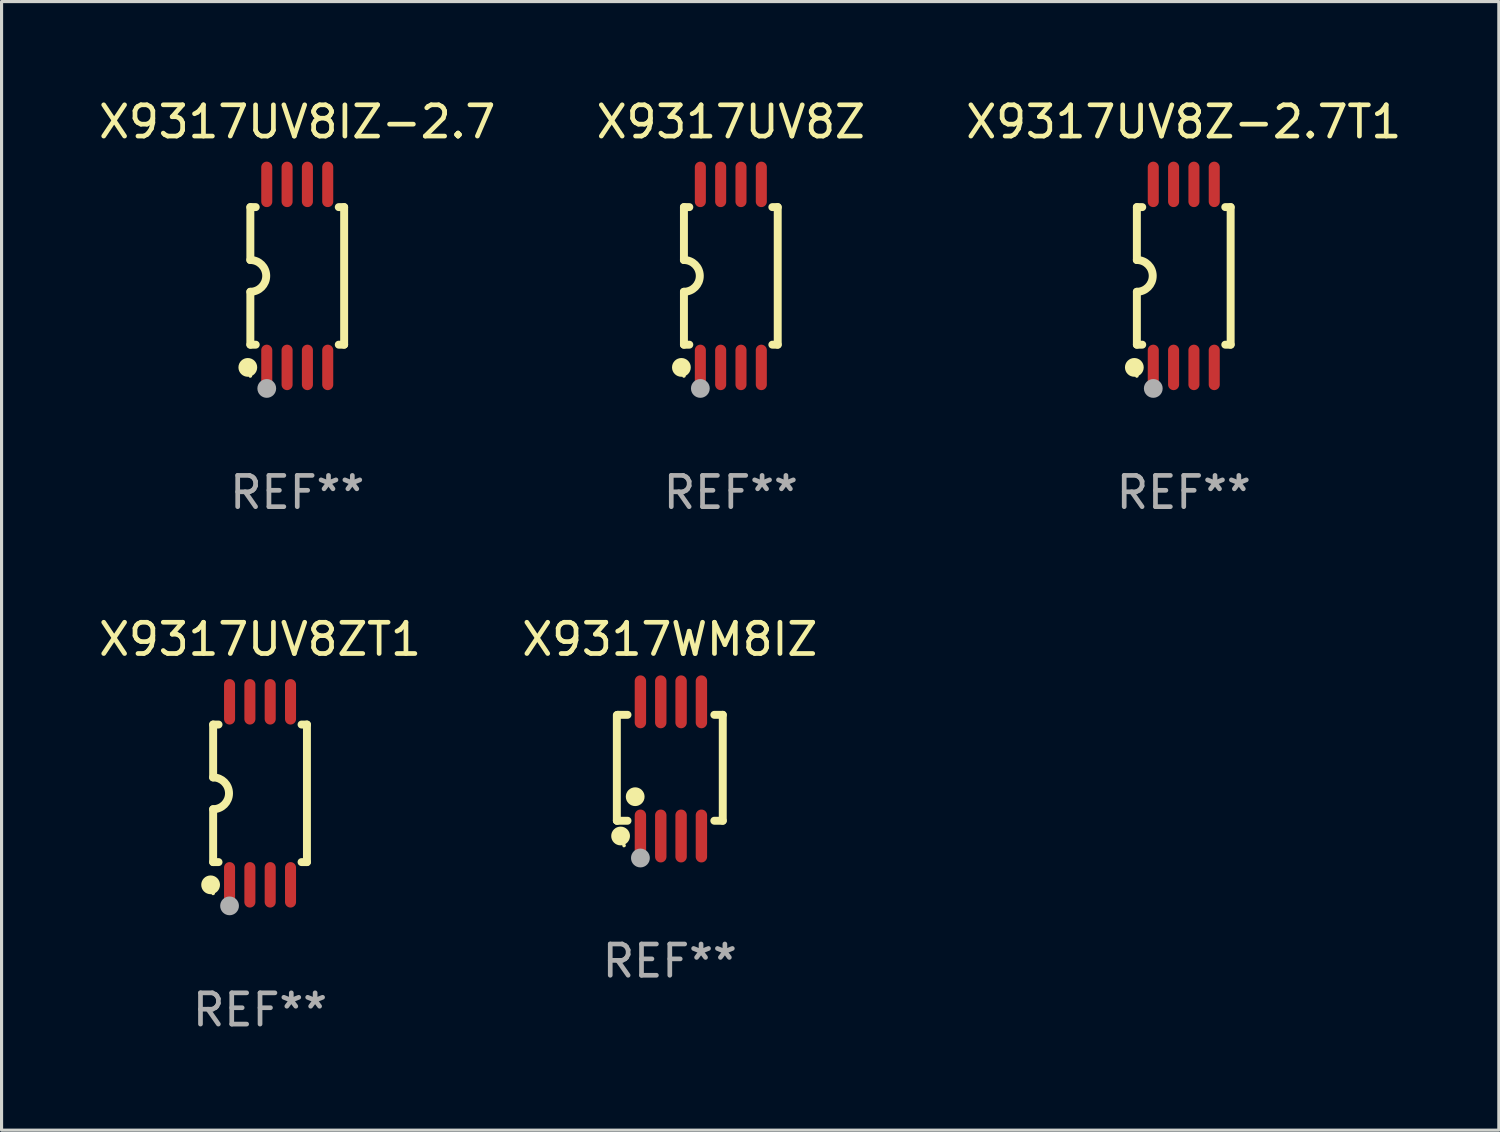
<source format=kicad_pcb>
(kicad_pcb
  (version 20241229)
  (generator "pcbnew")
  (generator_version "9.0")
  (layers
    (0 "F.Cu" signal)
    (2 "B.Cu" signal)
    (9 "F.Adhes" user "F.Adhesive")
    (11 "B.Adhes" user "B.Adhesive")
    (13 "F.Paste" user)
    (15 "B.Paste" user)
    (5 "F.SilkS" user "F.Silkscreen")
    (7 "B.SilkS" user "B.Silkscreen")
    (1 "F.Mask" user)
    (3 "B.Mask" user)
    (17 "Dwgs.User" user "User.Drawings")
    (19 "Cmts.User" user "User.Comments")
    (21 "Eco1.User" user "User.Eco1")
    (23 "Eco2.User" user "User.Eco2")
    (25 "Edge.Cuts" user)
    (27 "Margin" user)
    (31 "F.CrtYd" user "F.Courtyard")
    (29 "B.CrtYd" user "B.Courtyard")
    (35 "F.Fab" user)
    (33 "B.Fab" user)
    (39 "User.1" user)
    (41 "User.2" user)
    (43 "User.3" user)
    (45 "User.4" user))
  (footprint "X9317WM8IZ"
    (layer "F.Cu")
    (at 18.375 21.545)
    (property "Reference" "X9317WM8IZ" (at 0 -4.146 0) (layer "F.SilkS") (effects (font (size 1 1) (thickness 0.15))))
    (attr through_hole)
    (fp_line (start -1.694 -1.724) (end -1.694 1.652) (stroke (width 0.254) (type solid)) (layer "F.SilkS"))
    (fp_line (start -1.694 1.652) (end -1.688 1.658) (stroke (width 0.254) (type solid)) (layer "F.SilkS"))
    (fp_line (start -1.688 1.658) (end -1.353 1.658) (stroke (width 0.254) (type solid)) (layer "F.SilkS"))
    (fp_line (start -1.661 -1.73) (end -1.681 -1.71) (stroke (width 0.254) (type solid)) (layer "F.SilkS"))
    (fp_line (start -1.353 -1.73) (end -1.661 -1.73) (stroke (width 0.254) (type solid)) (layer "F.SilkS"))
    (fp_line (start 1.424 1.658) (end 1.694 1.658) (stroke (width 0.254) (type solid)) (layer "F.SilkS"))
    (fp_line (start 1.694 -1.73) (end 1.424 -1.73) (stroke (width 0.254) (type solid)) (layer "F.SilkS"))
    (fp_line (start 1.694 1.658) (end 1.694 -1.73) (stroke (width 0.254) (type solid)) (layer "F.SilkS"))
    (fp_circle (center -1.574 2.146) (end -1.424 2.146) (stroke (width 0.3) (type solid)) (fill no) (layer "F.SilkS"))
    (fp_circle (center -1.464 2.45) (end -1.434 2.45) (stroke (width 0.06) (type solid)) (fill no) (layer "F.SilkS"))
    (fp_circle (center -1.107 0.889) (end -0.957 0.889) (stroke (width 0.3) (type solid)) (fill no) (layer "F.SilkS"))
    (fp_circle (center -0.94 2.85) (end -0.789 2.85) (stroke (width 0.3) (type solid)) (fill no) (layer "F.Fab"))
    (fp_text user "REF**" (at 0 6.146 0) (layer "F.Fab") (effects (font (size 1 1) (thickness 0.15))))
    (pad "1" smd oval (at -0.94 2.146) (size 0.364 1.692) (layers "F.Cu" "F.Mask" "F.Paste"))
    (pad "2" smd oval (at -0.289 2.146) (size 0.364 1.692) (layers "F.Cu" "F.Mask" "F.Paste"))
    (pad "3" smd oval (at 0.361 2.146) (size 0.364 1.692) (layers "F.Cu" "F.Mask" "F.Paste"))
    (pad "4" smd oval (at 1.011 2.146) (size 0.364 1.692) (layers "F.Cu" "F.Mask" "F.Paste"))
    (pad "5" smd oval (at 1.011 -2.146) (size 0.364 1.692) (layers "F.Cu" "F.Mask" "F.Paste"))
    (pad "6" smd oval (at 0.361 -2.146) (size 0.364 1.692) (layers "F.Cu" "F.Mask" "F.Paste"))
    (pad "7" smd oval (at -0.289 -2.146) (size 0.364 1.692) (layers "F.Cu" "F.Mask" "F.Paste"))
    (pad "8" smd oval (at -0.94 -2.146) (size 0.364 1.692) (layers "F.Cu" "F.Mask" "F.Paste")))
  (footprint "X9317UV8Z"
    (layer "F.Cu")
    (at 20.327 5.775)
    (property "Reference" "X9317UV8Z" (at 0 -4.927 0) (layer "F.SilkS") (effects (font (size 1 1) (thickness 0.15))))
    (attr through_hole)
    (fp_line (start -1.5 -2.2) (end -1.5 -0.508) (stroke (width 0.254) (type solid)) (layer "F.SilkS"))
    (fp_line (start -1.5 -2.2) (end -1.328 -2.2) (stroke (width 0.254) (type solid)) (layer "F.SilkS"))
    (fp_line (start -1.5 2.2) (end -1.5 0.508) (stroke (width 0.254) (type solid)) (layer "F.SilkS"))
    (fp_line (start -1.5 2.2) (end -1.328 2.2) (stroke (width 0.254) (type solid)) (layer "F.SilkS"))
    (fp_line (start 1.328 -2.2) (end 1.5 -2.2) (stroke (width 0.254) (type solid)) (layer "F.SilkS"))
    (fp_line (start 1.328 2.2) (end 1.5 2.2) (stroke (width 0.254) (type solid)) (layer "F.SilkS"))
    (fp_line (start 1.5 -2.2) (end 1.5 2.2) (stroke (width 0.254) (type solid)) (layer "F.SilkS"))
    (fp_arc (start -1.501144 -0.508) (mid -0.993143 -0.000571) (end -1.5 0.508001) (stroke (width 0.254001) (type solid)) (layer "F.SilkS"))
    (fp_circle (center -1.581 2.927) (end -1.431 2.927) (stroke (width 0.3) (type solid)) (fill no) (layer "F.SilkS"))
    (fp_circle (center -1.5 3.2) (end -1.47 3.2) (stroke (width 0.06) (type solid)) (fill no) (layer "F.SilkS"))
    (fp_circle (center -0.975 3.6) (end -0.825 3.6) (stroke (width 0.3) (type solid)) (fill no) (layer "F.Fab"))
    (fp_text user "REF**" (at 0 6.927 0) (layer "F.Fab") (effects (font (size 1 1) (thickness 0.15))))
    (pad "1" smd oval (at -0.975 2.927) (size 0.353 1.454) (layers "F.Cu" "F.Mask" "F.Paste"))
    (pad "2" smd oval (at -0.325 2.927) (size 0.353 1.454) (layers "F.Cu" "F.Mask" "F.Paste"))
    (pad "3" smd oval (at 0.325 2.927) (size 0.353 1.454) (layers "F.Cu" "F.Mask" "F.Paste"))
    (pad "4" smd oval (at 0.975 2.927) (size 0.353 1.454) (layers "F.Cu" "F.Mask" "F.Paste"))
    (pad "5" smd oval (at 0.975 -2.927) (size 0.353 1.454) (layers "F.Cu" "F.Mask" "F.Paste"))
    (pad "6" smd oval (at 0.325 -2.927) (size 0.353 1.454) (layers "F.Cu" "F.Mask" "F.Paste"))
    (pad "7" smd oval (at -0.325 -2.927) (size 0.353 1.454) (layers "F.Cu" "F.Mask" "F.Paste"))
    (pad "8" smd oval (at -0.975 -2.927) (size 0.353 1.454) (layers "F.Cu" "F.Mask" "F.Paste")))
  (footprint "X9317UV8IZ-2.7"
    (layer "F.Cu")
    (at 6.458 5.775)
    (property "Reference" "X9317UV8IZ-2.7" (at 0 -4.927 0) (layer "F.SilkS") (effects (font (size 1 1) (thickness 0.15))))
    (attr through_hole)
    (fp_line (start -1.5 -2.2) (end -1.5 -0.508) (stroke (width 0.254) (type solid)) (layer "F.SilkS"))
    (fp_line (start -1.5 -2.2) (end -1.328 -2.2) (stroke (width 0.254) (type solid)) (layer "F.SilkS"))
    (fp_line (start -1.5 2.2) (end -1.5 0.508) (stroke (width 0.254) (type solid)) (layer "F.SilkS"))
    (fp_line (start -1.5 2.2) (end -1.328 2.2) (stroke (width 0.254) (type solid)) (layer "F.SilkS"))
    (fp_line (start 1.328 -2.2) (end 1.5 -2.2) (stroke (width 0.254) (type solid)) (layer "F.SilkS"))
    (fp_line (start 1.328 2.2) (end 1.5 2.2) (stroke (width 0.254) (type solid)) (layer "F.SilkS"))
    (fp_line (start 1.5 -2.2) (end 1.5 2.2) (stroke (width 0.254) (type solid)) (layer "F.SilkS"))
    (fp_arc (start -1.501144 -0.508) (mid -0.993143 -0.000571) (end -1.5 0.508001) (stroke (width 0.254001) (type solid)) (layer "F.SilkS"))
    (fp_circle (center -1.581 2.927) (end -1.431 2.927) (stroke (width 0.3) (type solid)) (fill no) (layer "F.SilkS"))
    (fp_circle (center -1.5 3.2) (end -1.47 3.2) (stroke (width 0.06) (type solid)) (fill no) (layer "F.SilkS"))
    (fp_circle (center -0.975 3.6) (end -0.825 3.6) (stroke (width 0.3) (type solid)) (fill no) (layer "F.Fab"))
    (fp_text user "REF**" (at 0 6.927 0) (layer "F.Fab") (effects (font (size 1 1) (thickness 0.15))))
    (pad "1" smd oval (at -0.975 2.927) (size 0.353 1.454) (layers "F.Cu" "F.Mask" "F.Paste"))
    (pad "2" smd oval (at -0.325 2.927) (size 0.353 1.454) (layers "F.Cu" "F.Mask" "F.Paste"))
    (pad "3" smd oval (at 0.325 2.927) (size 0.353 1.454) (layers "F.Cu" "F.Mask" "F.Paste"))
    (pad "4" smd oval (at 0.975 2.927) (size 0.353 1.454) (layers "F.Cu" "F.Mask" "F.Paste"))
    (pad "5" smd oval (at 0.975 -2.927) (size 0.353 1.454) (layers "F.Cu" "F.Mask" "F.Paste"))
    (pad "6" smd oval (at 0.325 -2.927) (size 0.353 1.454) (layers "F.Cu" "F.Mask" "F.Paste"))
    (pad "7" smd oval (at -0.325 -2.927) (size 0.353 1.454) (layers "F.Cu" "F.Mask" "F.Paste"))
    (pad "8" smd oval (at -0.975 -2.927) (size 0.353 1.454) (layers "F.Cu" "F.Mask" "F.Paste")))
  (footprint "X9317UV8ZT1"
    (layer "F.Cu")
    (at 5.268 22.326)
    (property "Reference" "X9317UV8ZT1" (at 0 -4.927 0) (layer "F.SilkS") (effects (font (size 1 1) (thickness 0.15))))
    (attr through_hole)
    (fp_line (start -1.5 -2.2) (end -1.5 -0.508) (stroke (width 0.254) (type solid)) (layer "F.SilkS"))
    (fp_line (start -1.5 -2.2) (end -1.328 -2.2) (stroke (width 0.254) (type solid)) (layer "F.SilkS"))
    (fp_line (start -1.5 2.2) (end -1.5 0.508) (stroke (width 0.254) (type solid)) (layer "F.SilkS"))
    (fp_line (start -1.5 2.2) (end -1.328 2.2) (stroke (width 0.254) (type solid)) (layer "F.SilkS"))
    (fp_line (start 1.328 -2.2) (end 1.5 -2.2) (stroke (width 0.254) (type solid)) (layer "F.SilkS"))
    (fp_line (start 1.328 2.2) (end 1.5 2.2) (stroke (width 0.254) (type solid)) (layer "F.SilkS"))
    (fp_line (start 1.5 -2.2) (end 1.5 2.2) (stroke (width 0.254) (type solid)) (layer "F.SilkS"))
    (fp_arc (start -1.501144 -0.508) (mid -0.993143 -0.000571) (end -1.5 0.508001) (stroke (width 0.254001) (type solid)) (layer "F.SilkS"))
    (fp_circle (center -1.581 2.927) (end -1.431 2.927) (stroke (width 0.3) (type solid)) (fill no) (layer "F.SilkS"))
    (fp_circle (center -1.5 3.2) (end -1.47 3.2) (stroke (width 0.06) (type solid)) (fill no) (layer "F.SilkS"))
    (fp_circle (center -0.975 3.6) (end -0.825 3.6) (stroke (width 0.3) (type solid)) (fill no) (layer "F.Fab"))
    (fp_text user "REF**" (at 0 6.927 0) (layer "F.Fab") (effects (font (size 1 1) (thickness 0.15))))
    (pad "1" smd oval (at -0.975 2.927) (size 0.353 1.454) (layers "F.Cu" "F.Mask" "F.Paste"))
    (pad "2" smd oval (at -0.325 2.927) (size 0.353 1.454) (layers "F.Cu" "F.Mask" "F.Paste"))
    (pad "3" smd oval (at 0.325 2.927) (size 0.353 1.454) (layers "F.Cu" "F.Mask" "F.Paste"))
    (pad "4" smd oval (at 0.975 2.927) (size 0.353 1.454) (layers "F.Cu" "F.Mask" "F.Paste"))
    (pad "5" smd oval (at 0.975 -2.927) (size 0.353 1.454) (layers "F.Cu" "F.Mask" "F.Paste"))
    (pad "6" smd oval (at 0.325 -2.927) (size 0.353 1.454) (layers "F.Cu" "F.Mask" "F.Paste"))
    (pad "7" smd oval (at -0.325 -2.927) (size 0.353 1.454) (layers "F.Cu" "F.Mask" "F.Paste"))
    (pad "8" smd oval (at -0.975 -2.927) (size 0.353 1.454) (layers "F.Cu" "F.Mask" "F.Paste")))
  (footprint "X9317UV8Z-2.7T1"
    (layer "F.Cu")
    (at 34.815 5.775)
    (property "Reference" "X9317UV8Z-2.7T1" (at 0 -4.927 0) (layer "F.SilkS") (effects (font (size 1 1) (thickness 0.15))))
    (attr through_hole)
    (fp_line (start -1.5 -2.2) (end -1.5 -0.508) (stroke (width 0.254) (type solid)) (layer "F.SilkS"))
    (fp_line (start -1.5 -2.2) (end -1.328 -2.2) (stroke (width 0.254) (type solid)) (layer "F.SilkS"))
    (fp_line (start -1.5 2.2) (end -1.5 0.508) (stroke (width 0.254) (type solid)) (layer "F.SilkS"))
    (fp_line (start -1.5 2.2) (end -1.328 2.2) (stroke (width 0.254) (type solid)) (layer "F.SilkS"))
    (fp_line (start 1.328 -2.2) (end 1.5 -2.2) (stroke (width 0.254) (type solid)) (layer "F.SilkS"))
    (fp_line (start 1.328 2.2) (end 1.5 2.2) (stroke (width 0.254) (type solid)) (layer "F.SilkS"))
    (fp_line (start 1.5 -2.2) (end 1.5 2.2) (stroke (width 0.254) (type solid)) (layer "F.SilkS"))
    (fp_arc (start -1.501144 -0.508) (mid -0.993143 -0.000571) (end -1.5 0.508001) (stroke (width 0.254001) (type solid)) (layer "F.SilkS"))
    (fp_circle (center -1.581 2.927) (end -1.431 2.927) (stroke (width 0.3) (type solid)) (fill no) (layer "F.SilkS"))
    (fp_circle (center -1.5 3.2) (end -1.47 3.2) (stroke (width 0.06) (type solid)) (fill no) (layer "F.SilkS"))
    (fp_circle (center -0.975 3.6) (end -0.825 3.6) (stroke (width 0.3) (type solid)) (fill no) (layer "F.Fab"))
    (fp_text user "REF**" (at 0 6.927 0) (layer "F.Fab") (effects (font (size 1 1) (thickness 0.15))))
    (pad "1" smd oval (at -0.975 2.927) (size 0.353 1.454) (layers "F.Cu" "F.Mask" "F.Paste"))
    (pad "2" smd oval (at -0.325 2.927) (size 0.353 1.454) (layers "F.Cu" "F.Mask" "F.Paste"))
    (pad "3" smd oval (at 0.325 2.927) (size 0.353 1.454) (layers "F.Cu" "F.Mask" "F.Paste"))
    (pad "4" smd oval (at 0.975 2.927) (size 0.353 1.454) (layers "F.Cu" "F.Mask" "F.Paste"))
    (pad "5" smd oval (at 0.975 -2.927) (size 0.353 1.454) (layers "F.Cu" "F.Mask" "F.Paste"))
    (pad "6" smd oval (at 0.325 -2.927) (size 0.353 1.454) (layers "F.Cu" "F.Mask" "F.Paste"))
    (pad "7" smd oval (at -0.325 -2.927) (size 0.353 1.454) (layers "F.Cu" "F.Mask" "F.Paste"))
    (pad "8" smd oval (at -0.975 -2.927) (size 0.353 1.454) (layers "F.Cu" "F.Mask" "F.Paste")))
  (gr_rect
    (start -3 -3)
    (end 44.893 33.101)
    (stroke (width 0.1) (type default))
    (fill no)
    (layer "Edge.Cuts")))
</source>
